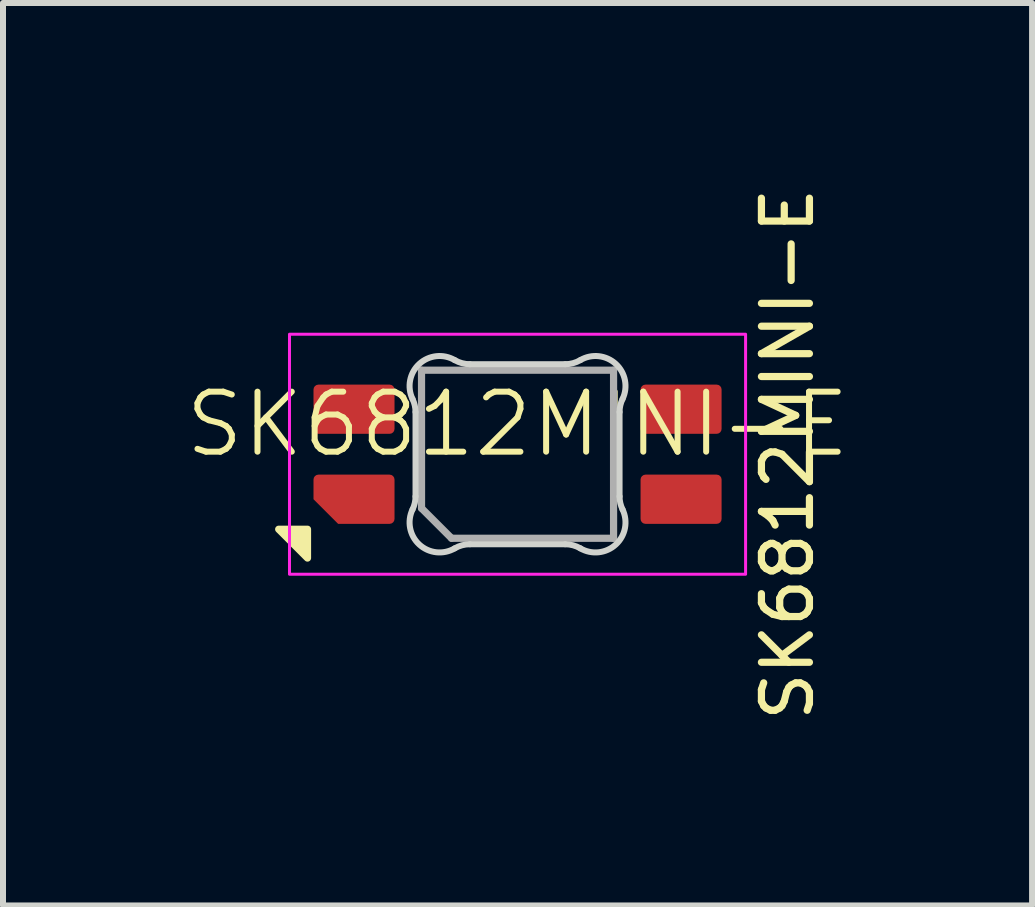
<source format=kicad_pcb>
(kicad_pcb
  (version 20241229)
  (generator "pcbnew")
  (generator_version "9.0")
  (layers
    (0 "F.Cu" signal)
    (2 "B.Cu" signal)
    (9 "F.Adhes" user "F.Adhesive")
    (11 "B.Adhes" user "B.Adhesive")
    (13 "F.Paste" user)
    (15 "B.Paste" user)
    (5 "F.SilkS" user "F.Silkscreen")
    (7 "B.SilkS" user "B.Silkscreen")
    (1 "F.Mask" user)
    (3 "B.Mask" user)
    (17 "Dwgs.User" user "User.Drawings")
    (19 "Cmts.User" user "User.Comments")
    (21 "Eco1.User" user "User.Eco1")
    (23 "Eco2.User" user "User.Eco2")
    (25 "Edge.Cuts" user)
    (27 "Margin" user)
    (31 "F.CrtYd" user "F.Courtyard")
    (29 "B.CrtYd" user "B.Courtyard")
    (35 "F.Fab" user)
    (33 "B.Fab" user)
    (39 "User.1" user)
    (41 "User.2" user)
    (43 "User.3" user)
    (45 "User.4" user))
  (footprint "SK6812MINI-E"
    (layer "F.Cu")
    (at 5.574 4.519)
    (property "Reference" "SK6812MINI-E" (at 0 -0.5 0) (unlocked yes) (layer "F.SilkS") (effects (font (size 1 1) (thickness 0.1))))
    (attr smd)
    (fp_poly (pts (xy -3.5 1.25) (xy -3.5 1.73) (xy -3.98 1.25) (xy -3.5 1.25)) (stroke (width 0.12) (type solid)) (fill yes) (layer "F.SilkS"))
    (fp_line (start -1.7 -0.703) (end -1.7 0.703) (stroke (width 0.1) (type solid)) (layer "Edge.Cuts"))
    (fp_line (start -0.794 1.5) (end 0.794 1.5) (stroke (width 0.1) (type solid)) (layer "Edge.Cuts"))
    (fp_line (start 0.794 -1.5) (end -0.794 -1.5) (stroke (width 0.1) (type solid)) (layer "Edge.Cuts"))
    (fp_line (start 1.7 0.703) (end 1.7 -0.703) (stroke (width 0.1) (type solid)) (layer "Edge.Cuts"))
    (fp_arc (start -1.749484 -0.91972) (mid -1.712527 -0.814068) (end -1.699999 -0.702843) (stroke (width 0.1) (type solid)) (layer "Edge.Cuts"))
    (fp_arc (start -1.749484 -0.91972) (mid -1.63807 -1.504034) (end -1.046711 -1.568298) (stroke (width 0.1) (type solid)) (layer "Edge.Cuts"))
    (fp_arc (start -1.699999 0.702842) (mid -1.712527 0.814068) (end -1.749484 0.91972) (stroke (width 0.1) (type solid)) (layer "Edge.Cuts"))
    (fp_arc (start -1.046711 1.568299) (mid -1.638072 1.504035) (end -1.749484 0.919719) (stroke (width 0.1) (type solid)) (layer "Edge.Cuts"))
    (fp_arc (start -1.046711 1.568299) (mid -0.925123 1.517377) (end -0.794452 1.5) (stroke (width 0.1) (type solid)) (layer "Edge.Cuts"))
    (fp_arc (start -0.794453 -1.499999) (mid -0.925123 -1.517376) (end -1.046711 -1.568298) (stroke (width 0.1) (type solid)) (layer "Edge.Cuts"))
    (fp_arc (start 0.794452 1.5) (mid 0.925122 1.517377) (end 1.04671 1.568299) (stroke (width 0.1) (type solid)) (layer "Edge.Cuts"))
    (fp_arc (start 1.046711 -1.568299) (mid 0.925123 -1.517377) (end 0.794453 -1.5) (stroke (width 0.1) (type solid)) (layer "Edge.Cuts"))
    (fp_arc (start 1.046711 -1.568299) (mid 1.638071 -1.504036) (end 1.749484 -0.91972) (stroke (width 0.1) (type solid)) (layer "Edge.Cuts"))
    (fp_arc (start 1.699999 -0.702842) (mid 1.712526 -0.814067) (end 1.749484 -0.91972) (stroke (width 0.1) (type solid)) (layer "Edge.Cuts"))
    (fp_arc (start 1.749484 0.91972) (mid 1.638072 1.504037) (end 1.046711 1.568297) (stroke (width 0.1) (type solid)) (layer "Edge.Cuts"))
    (fp_arc (start 1.749484 0.91972) (mid 1.712527 0.814069) (end 1.699999 0.702843) (stroke (width 0.1) (type solid)) (layer "Edge.Cuts"))
    (fp_rect (start -3.8 -2) (end 3.8 2) (stroke (width 0.05) (type default)) (fill no) (layer "F.CrtYd"))
    (fp_line (start -1.6 -1.4) (end 1.6 -1.4) (stroke (width 0.12) (type solid)) (layer "F.Fab"))
    (fp_line (start -1.6 0.9) (end -1.6 -1.4) (stroke (width 0.12) (type solid)) (layer "F.Fab"))
    (fp_line (start -1.6 0.9) (end -1.1 1.4) (stroke (width 0.12) (type solid)) (layer "F.Fab"))
    (fp_line (start 1.6 -1.4) (end 1.6 1.4) (stroke (width 0.12) (type solid)) (layer "F.Fab"))
    (fp_line (start 1.6 1.4) (end -1.1 1.4) (stroke (width 0.12) (type solid)) (layer "F.Fab"))
    (fp_text user "${REFERENCE}" (at 4.5 0.000001 90) (layer "F.SilkS") (effects (font (size 0.8 0.8) (thickness 0.12))))
    (pad "1" smd roundrect (at 2.725 -0.75 90) (size 0.82 1.35) (layers "F.Cu" "F.Mask" "F.Paste") (roundrect_rratio 0.1))
    (pad "2" smd roundrect (at 2.725 0.75 90) (size 0.82 1.35) (layers "F.Cu" "F.Mask" "F.Paste") (roundrect_rratio 0.1))
    (pad "3" smd roundrect (at -2.725 -0.75 90) (size 0.82 1.35) (layers "F.Cu" "F.Mask" "F.Paste") (roundrect_rratio 0.1))
    (pad "4" smd roundrect (at -2.725 0.75 90) (size 0.82 1.35) (layers "F.Cu" "F.Mask" "F.Paste") (roundrect_rratio 0.1) (chamfer_ratio 0.5) (chamfer top_left)))
  (gr_rect
    (start -3 -3)
    (end 14.148 12.038)
    (stroke (width 0.1) (type default))
    (fill no)
    (layer "Edge.Cuts")))
</source>
